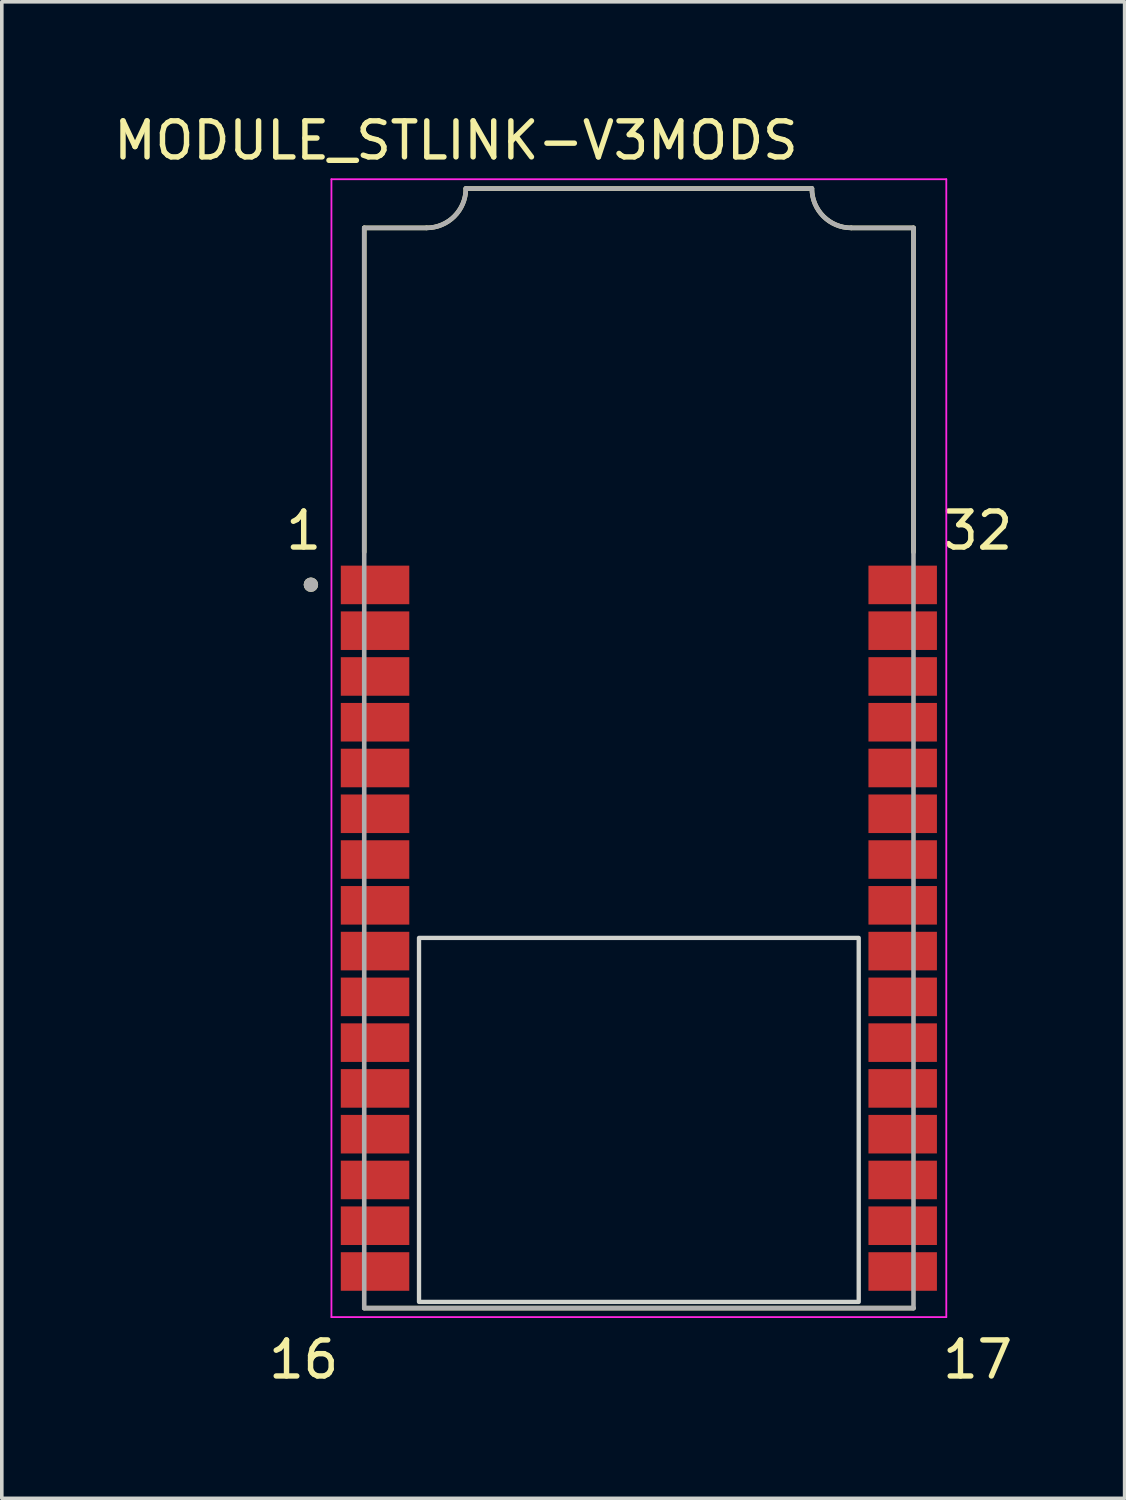
<source format=kicad_pcb>
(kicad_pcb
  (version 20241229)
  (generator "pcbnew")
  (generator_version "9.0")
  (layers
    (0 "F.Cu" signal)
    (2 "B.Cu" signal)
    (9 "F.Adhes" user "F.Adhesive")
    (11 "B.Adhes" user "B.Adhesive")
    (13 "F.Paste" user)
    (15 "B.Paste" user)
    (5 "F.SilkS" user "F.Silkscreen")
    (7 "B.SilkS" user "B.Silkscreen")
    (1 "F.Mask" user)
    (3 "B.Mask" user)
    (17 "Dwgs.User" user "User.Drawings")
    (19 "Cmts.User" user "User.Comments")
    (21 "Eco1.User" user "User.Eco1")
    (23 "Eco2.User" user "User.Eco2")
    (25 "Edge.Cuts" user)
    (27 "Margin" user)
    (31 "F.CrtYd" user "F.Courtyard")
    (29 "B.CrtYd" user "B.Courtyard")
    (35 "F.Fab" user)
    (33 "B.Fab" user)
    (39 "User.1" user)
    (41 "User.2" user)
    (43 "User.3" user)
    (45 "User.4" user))
  (footprint "MODULE_STLINK-V3MODS"
    (layer "F.Cu")
    (at 14.676 3.273)
    (property "Reference" "MODULE_STLINK-V3MODS" (at -5.075 -2.425 0) (layer "F.SilkS") (effects (font (size 1 1) (thickness 0.15))))
    (attr through_hole)
    (fp_line (start -7.62 0) (end -5.893 0) (stroke (width 0.127) (type solid)) (layer "F.SilkS"))
    (fp_line (start -7.62 8.995) (end -7.62 0) (stroke (width 0.127) (type solid)) (layer "F.SilkS"))
    (fp_line (start -7.62 29.972) (end 7.62 29.972) (stroke (width 0.127) (type solid)) (layer "F.SilkS"))
    (fp_line (start -4.801 -1.092) (end 4.801 -1.092) (stroke (width 0.127) (type solid)) (layer "F.SilkS"))
    (fp_line (start 5.893 0) (end 7.62 0) (stroke (width 0.127) (type solid)) (layer "F.SilkS"))
    (fp_line (start 7.62 8.995) (end 7.62 0) (stroke (width 0.127) (type solid)) (layer "F.SilkS"))
    (fp_arc (start -4.8006 -1.0922) (mid -5.120498 -0.319898) (end -5.8928 0) (stroke (width 0.127) (type solid)) (layer "F.SilkS"))
    (fp_arc (start 5.8928 0) (mid 5.120498 -0.319898) (end 4.8006 -1.0922) (stroke (width 0.127) (type solid)) (layer "F.SilkS"))
    (fp_circle (center -9.1 9.9) (end -9 9.9) (stroke (width 0.2) (type solid)) (fill no) (layer "F.SilkS"))
    (fp_rect (start -6.1 19.7) (end 6.1 29.8) (stroke (width 0.12) (type solid)) (fill no) (layer "Edge.Cuts"))
    (fp_line (start -8.53 -1.35) (end 8.53 -1.35) (stroke (width 0.05) (type solid)) (layer "F.CrtYd"))
    (fp_line (start -8.53 30.222) (end -8.53 -1.35) (stroke (width 0.05) (type solid)) (layer "F.CrtYd"))
    (fp_line (start 8.53 -1.35) (end 8.53 30.222) (stroke (width 0.05) (type solid)) (layer "F.CrtYd"))
    (fp_line (start 8.53 30.222) (end -8.53 30.222) (stroke (width 0.05) (type solid)) (layer "F.CrtYd"))
    (fp_line (start -7.62 0) (end -5.893 0) (stroke (width 0.127) (type solid)) (layer "F.Fab"))
    (fp_line (start -7.62 29.972) (end -7.62 0) (stroke (width 0.127) (type solid)) (layer "F.Fab"))
    (fp_line (start -7.62 29.972) (end 7.62 29.972) (stroke (width 0.127) (type solid)) (layer "F.Fab"))
    (fp_line (start -4.801 -1.092) (end 4.801 -1.092) (stroke (width 0.127) (type solid)) (layer "F.Fab"))
    (fp_line (start 5.893 0) (end 7.62 0) (stroke (width 0.127) (type solid)) (layer "F.Fab"))
    (fp_line (start 7.62 29.972) (end 7.62 0) (stroke (width 0.127) (type solid)) (layer "F.Fab"))
    (fp_arc (start -4.8006 -1.0922) (mid -5.120498 -0.319898) (end -5.8928 0) (stroke (width 0.127) (type solid)) (layer "F.Fab"))
    (fp_arc (start 5.8928 0) (mid 5.120498 -0.319898) (end 4.8006 -1.0922) (stroke (width 0.127) (type solid)) (layer "F.Fab"))
    (fp_circle (center -9.1 9.9) (end -9 9.9) (stroke (width 0.2) (type solid)) (fill no) (layer "F.Fab"))
    (fp_text user "17" (at 9.4 31.4 0) (unlocked yes) (layer "F.SilkS") (effects (font (size 1 1) (thickness 0.15))))
    (fp_text user "1" (at -9.3 8.4 0) (unlocked yes) (layer "F.SilkS") (effects (font (size 1 1) (thickness 0.15))))
    (fp_text user "32" (at 9.4 8.4 0) (unlocked yes) (layer "F.SilkS") (effects (font (size 1 1) (thickness 0.15))))
    (fp_text user "16" (at -9.3 31.4 0) (unlocked yes) (layer "F.SilkS") (effects (font (size 1 1) (thickness 0.15))))
    (pad "1" smd rect (at -7.32 9.906) (size 1.9 1.07) (layers "F.Cu" "F.Mask" "F.Paste"))
    (pad "2" smd rect (at -7.32 11.176) (size 1.9 1.07) (layers "F.Cu" "F.Mask" "F.Paste"))
    (pad "3" smd rect (at -7.32 12.446) (size 1.9 1.07) (layers "F.Cu" "F.Mask" "F.Paste"))
    (pad "4" smd rect (at -7.32 13.716) (size 1.9 1.07) (layers "F.Cu" "F.Mask" "F.Paste"))
    (pad "5" smd rect (at -7.32 14.986) (size 1.9 1.07) (layers "F.Cu" "F.Mask" "F.Paste"))
    (pad "6" smd rect (at -7.32 16.256) (size 1.9 1.07) (layers "F.Cu" "F.Mask" "F.Paste"))
    (pad "7" smd rect (at -7.32 17.526) (size 1.9 1.07) (layers "F.Cu" "F.Mask" "F.Paste"))
    (pad "8" smd rect (at -7.32 18.796) (size 1.9 1.07) (layers "F.Cu" "F.Mask" "F.Paste"))
    (pad "9" smd rect (at -7.32 20.066) (size 1.9 1.07) (layers "F.Cu" "F.Mask" "F.Paste"))
    (pad "10" smd rect (at -7.32 21.336) (size 1.9 1.07) (layers "F.Cu" "F.Mask" "F.Paste"))
    (pad "11" smd rect (at -7.32 22.606) (size 1.9 1.07) (layers "F.Cu" "F.Mask" "F.Paste"))
    (pad "12" smd rect (at -7.32 23.876) (size 1.9 1.07) (layers "F.Cu" "F.Mask" "F.Paste"))
    (pad "13" smd rect (at -7.32 25.146) (size 1.9 1.07) (layers "F.Cu" "F.Mask" "F.Paste"))
    (pad "14" smd rect (at -7.32 26.416) (size 1.9 1.07) (layers "F.Cu" "F.Mask" "F.Paste"))
    (pad "15" smd rect (at -7.32 27.686) (size 1.9 1.07) (layers "F.Cu" "F.Mask" "F.Paste"))
    (pad "16" smd rect (at -7.32 28.956) (size 1.9 1.07) (layers "F.Cu" "F.Mask" "F.Paste"))
    (pad "17" smd rect (at 7.32 28.956 180) (size 1.9 1.07) (layers "F.Cu" "F.Mask" "F.Paste"))
    (pad "18" smd rect (at 7.32 27.686 180) (size 1.9 1.07) (layers "F.Cu" "F.Mask" "F.Paste"))
    (pad "19" smd rect (at 7.32 26.416 180) (size 1.9 1.07) (layers "F.Cu" "F.Mask" "F.Paste"))
    (pad "20" smd rect (at 7.32 25.146 180) (size 1.9 1.07) (layers "F.Cu" "F.Mask" "F.Paste"))
    (pad "21" smd rect (at 7.32 23.876 180) (size 1.9 1.07) (layers "F.Cu" "F.Mask" "F.Paste"))
    (pad "22" smd rect (at 7.32 22.606 180) (size 1.9 1.07) (layers "F.Cu" "F.Mask" "F.Paste"))
    (pad "23" smd rect (at 7.32 21.336 180) (size 1.9 1.07) (layers "F.Cu" "F.Mask" "F.Paste"))
    (pad "24" smd rect (at 7.32 20.066 180) (size 1.9 1.07) (layers "F.Cu" "F.Mask" "F.Paste"))
    (pad "25" smd rect (at 7.32 18.796 180) (size 1.9 1.07) (layers "F.Cu" "F.Mask" "F.Paste"))
    (pad "26" smd rect (at 7.32 17.526 180) (size 1.9 1.07) (layers "F.Cu" "F.Mask" "F.Paste"))
    (pad "27" smd rect (at 7.32 16.256 180) (size 1.9 1.07) (layers "F.Cu" "F.Mask" "F.Paste"))
    (pad "28" smd rect (at 7.32 14.986 180) (size 1.9 1.07) (layers "F.Cu" "F.Mask" "F.Paste"))
    (pad "29" smd rect (at 7.32 13.716 180) (size 1.9 1.07) (layers "F.Cu" "F.Mask" "F.Paste"))
    (pad "30" smd rect (at 7.32 12.446 180) (size 1.9 1.07) (layers "F.Cu" "F.Mask" "F.Paste"))
    (pad "31" smd rect (at 7.32 11.176 180) (size 1.9 1.07) (layers "F.Cu" "F.Mask" "F.Paste"))
    (pad "32" smd rect (at 7.32 9.906 180) (size 1.9 1.07) (layers "F.Cu" "F.Mask" "F.Paste")))
  (gr_rect
    (start -3 -3)
    (end 28.154 38.522)
    (stroke (width 0.1) (type default))
    (fill no)
    (layer "Edge.Cuts")))
</source>
